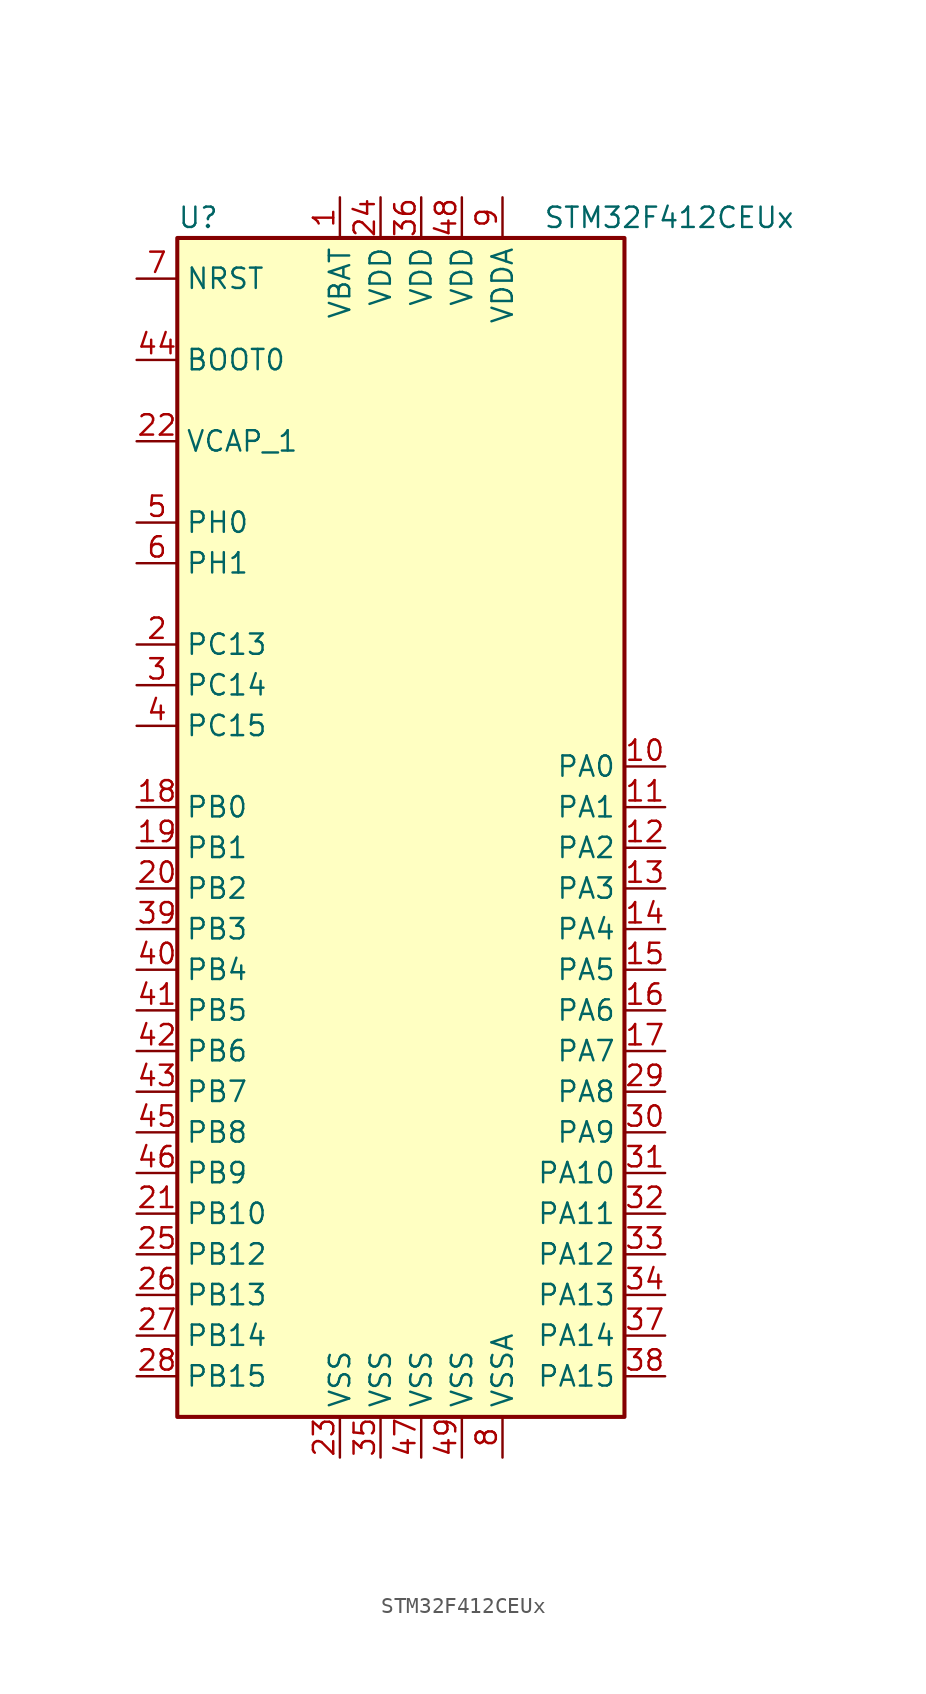
<source format=kicad_sym>
(kicad_symbol_lib
  (version 20201005)
  (generator kicad_symbol_editor)
  (symbol "STM32F412CEUx"
    (property "Reference" "U"
      (at -15.24 36.83 0)
      (effects (font (size 1.27 1.27)) (justify left)))
    (property "Value" "STM32F412CEUx"
      (at 7.62 36.83 0)
      (effects (font (size 1.27 1.27)) (justify left)))
    (symbol "STM32F412CEUx_0_1"
      (rectangle (start -15.24 -38.1) (end 12.7 35.56) (stroke (width 0.254)) (fill (type background))))
    (symbol "STM32F412CEUx_1_1"
      (pin input line (at -17.78 27.94 0) (length 2.54) (name "BOOT0" (effects (font (size 1.27 1.27)))) (number "44" (effects (font (size 1.27 1.27)))))
      (pin input line (at -17.78 33.02 0) (length 2.54) (name "NRST" (effects (font (size 1.27 1.27)))) (number "7" (effects (font (size 1.27 1.27)))))
      (pin bidirectional line (at 15.24 2.54 180) (length 2.54) (name "PA0" (effects (font (size 1.27 1.27)))) (number "10" (effects (font (size 1.27 1.27)))))
      (pin bidirectional line (at 15.24 0 180) (length 2.54) (name "PA1" (effects (font (size 1.27 1.27)))) (number "11" (effects (font (size 1.27 1.27)))))
      (pin bidirectional line (at 15.24 -22.86 180) (length 2.54) (name "PA10" (effects (font (size 1.27 1.27)))) (number "31" (effects (font (size 1.27 1.27)))))
      (pin bidirectional line (at 15.24 -25.4 180) (length 2.54) (name "PA11" (effects (font (size 1.27 1.27)))) (number "32" (effects (font (size 1.27 1.27)))))
      (pin bidirectional line (at 15.24 -27.94 180) (length 2.54) (name "PA12" (effects (font (size 1.27 1.27)))) (number "33" (effects (font (size 1.27 1.27)))))
      (pin bidirectional line (at 15.24 -30.48 180) (length 2.54) (name "PA13" (effects (font (size 1.27 1.27)))) (number "34" (effects (font (size 1.27 1.27)))))
      (pin bidirectional line (at 15.24 -33.02 180) (length 2.54) (name "PA14" (effects (font (size 1.27 1.27)))) (number "37" (effects (font (size 1.27 1.27)))))
      (pin bidirectional line (at 15.24 -35.56 180) (length 2.54) (name "PA15" (effects (font (size 1.27 1.27)))) (number "38" (effects (font (size 1.27 1.27)))))
      (pin bidirectional line (at 15.24 -2.54 180) (length 2.54) (name "PA2" (effects (font (size 1.27 1.27)))) (number "12" (effects (font (size 1.27 1.27)))))
      (pin bidirectional line (at 15.24 -5.08 180) (length 2.54) (name "PA3" (effects (font (size 1.27 1.27)))) (number "13" (effects (font (size 1.27 1.27)))))
      (pin bidirectional line (at 15.24 -7.62 180) (length 2.54) (name "PA4" (effects (font (size 1.27 1.27)))) (number "14" (effects (font (size 1.27 1.27)))))
      (pin bidirectional line (at 15.24 -10.16 180) (length 2.54) (name "PA5" (effects (font (size 1.27 1.27)))) (number "15" (effects (font (size 1.27 1.27)))))
      (pin bidirectional line (at 15.24 -12.7 180) (length 2.54) (name "PA6" (effects (font (size 1.27 1.27)))) (number "16" (effects (font (size 1.27 1.27)))))
      (pin bidirectional line (at 15.24 -15.24 180) (length 2.54) (name "PA7" (effects (font (size 1.27 1.27)))) (number "17" (effects (font (size 1.27 1.27)))))
      (pin bidirectional line (at 15.24 -17.78 180) (length 2.54) (name "PA8" (effects (font (size 1.27 1.27)))) (number "29" (effects (font (size 1.27 1.27)))))
      (pin bidirectional line (at 15.24 -20.32 180) (length 2.54) (name "PA9" (effects (font (size 1.27 1.27)))) (number "30" (effects (font (size 1.27 1.27)))))
      (pin bidirectional line (at -17.78 0 0) (length 2.54) (name "PB0" (effects (font (size 1.27 1.27)))) (number "18" (effects (font (size 1.27 1.27)))))
      (pin bidirectional line (at -17.78 -2.54 0) (length 2.54) (name "PB1" (effects (font (size 1.27 1.27)))) (number "19" (effects (font (size 1.27 1.27)))))
      (pin bidirectional line (at -17.78 -25.4 0) (length 2.54) (name "PB10" (effects (font (size 1.27 1.27)))) (number "21" (effects (font (size 1.27 1.27)))))
      (pin bidirectional line (at -17.78 -27.94 0) (length 2.54) (name "PB12" (effects (font (size 1.27 1.27)))) (number "25" (effects (font (size 1.27 1.27)))))
      (pin bidirectional line (at -17.78 -30.48 0) (length 2.54) (name "PB13" (effects (font (size 1.27 1.27)))) (number "26" (effects (font (size 1.27 1.27)))))
      (pin bidirectional line (at -17.78 -33.02 0) (length 2.54) (name "PB14" (effects (font (size 1.27 1.27)))) (number "27" (effects (font (size 1.27 1.27)))))
      (pin bidirectional line (at -17.78 -35.56 0) (length 2.54) (name "PB15" (effects (font (size 1.27 1.27)))) (number "28" (effects (font (size 1.27 1.27)))))
      (pin bidirectional line (at -17.78 -5.08 0) (length 2.54) (name "PB2" (effects (font (size 1.27 1.27)))) (number "20" (effects (font (size 1.27 1.27)))))
      (pin bidirectional line (at -17.78 -7.62 0) (length 2.54) (name "PB3" (effects (font (size 1.27 1.27)))) (number "39" (effects (font (size 1.27 1.27)))))
      (pin bidirectional line (at -17.78 -10.16 0) (length 2.54) (name "PB4" (effects (font (size 1.27 1.27)))) (number "40" (effects (font (size 1.27 1.27)))))
      (pin bidirectional line (at -17.78 -12.7 0) (length 2.54) (name "PB5" (effects (font (size 1.27 1.27)))) (number "41" (effects (font (size 1.27 1.27)))))
      (pin bidirectional line (at -17.78 -15.24 0) (length 2.54) (name "PB6" (effects (font (size 1.27 1.27)))) (number "42" (effects (font (size 1.27 1.27)))))
      (pin bidirectional line (at -17.78 -17.78 0) (length 2.54) (name "PB7" (effects (font (size 1.27 1.27)))) (number "43" (effects (font (size 1.27 1.27)))))
      (pin bidirectional line (at -17.78 -20.32 0) (length 2.54) (name "PB8" (effects (font (size 1.27 1.27)))) (number "45" (effects (font (size 1.27 1.27)))))
      (pin bidirectional line (at -17.78 -22.86 0) (length 2.54) (name "PB9" (effects (font (size 1.27 1.27)))) (number "46" (effects (font (size 1.27 1.27)))))
      (pin bidirectional line (at -17.78 10.16 0) (length 2.54) (name "PC13" (effects (font (size 1.27 1.27)))) (number "2" (effects (font (size 1.27 1.27)))))
      (pin bidirectional line (at -17.78 7.62 0) (length 2.54) (name "PC14" (effects (font (size 1.27 1.27)))) (number "3" (effects (font (size 1.27 1.27)))))
      (pin bidirectional line (at -17.78 5.08 0) (length 2.54) (name "PC15" (effects (font (size 1.27 1.27)))) (number "4" (effects (font (size 1.27 1.27)))))
      (pin input line (at -17.78 17.78 0) (length 2.54) (name "PH0" (effects (font (size 1.27 1.27)))) (number "5" (effects (font (size 1.27 1.27)))))
      (pin input line (at -17.78 15.24 0) (length 2.54) (name "PH1" (effects (font (size 1.27 1.27)))) (number "6" (effects (font (size 1.27 1.27)))))
      (pin power_in line (at -5.08 38.1 270) (length 2.54) (name "VBAT" (effects (font (size 1.27 1.27)))) (number "1" (effects (font (size 1.27 1.27)))))
      (pin power_in line (at -17.78 22.86 0) (length 2.54) (name "VCAP_1" (effects (font (size 1.27 1.27)))) (number "22" (effects (font (size 1.27 1.27)))))
      (pin power_in line (at -2.54 38.1 270) (length 2.54) (name "VDD" (effects (font (size 1.27 1.27)))) (number "24" (effects (font (size 1.27 1.27)))))
      (pin power_in line (at 0 38.1 270) (length 2.54) (name "VDD" (effects (font (size 1.27 1.27)))) (number "36" (effects (font (size 1.27 1.27)))))
      (pin power_in line (at 2.54 38.1 270) (length 2.54) (name "VDD" (effects (font (size 1.27 1.27)))) (number "48" (effects (font (size 1.27 1.27)))))
      (pin power_in line (at 5.08 38.1 270) (length 2.54) (name "VDDA" (effects (font (size 1.27 1.27)))) (number "9" (effects (font (size 1.27 1.27)))))
      (pin power_in line (at -5.08 -40.64 90) (length 2.54) (name "VSS" (effects (font (size 1.27 1.27)))) (number "23" (effects (font (size 1.27 1.27)))))
      (pin power_in line (at -2.54 -40.64 90) (length 2.54) (name "VSS" (effects (font (size 1.27 1.27)))) (number "35" (effects (font (size 1.27 1.27)))))
      (pin power_in line (at 0 -40.64 90) (length 2.54) (name "VSS" (effects (font (size 1.27 1.27)))) (number "47" (effects (font (size 1.27 1.27)))))
      (pin power_in line (at 2.54 -40.64 90) (length 2.54) (name "VSS" (effects (font (size 1.27 1.27)))) (number "49" (effects (font (size 1.27 1.27)))))
      (pin power_in line (at 5.08 -40.64 90) (length 2.54) (name "VSSA" (effects (font (size 1.27 1.27)))) (number "8" (effects (font (size 1.27 1.27))))))))
</source>
